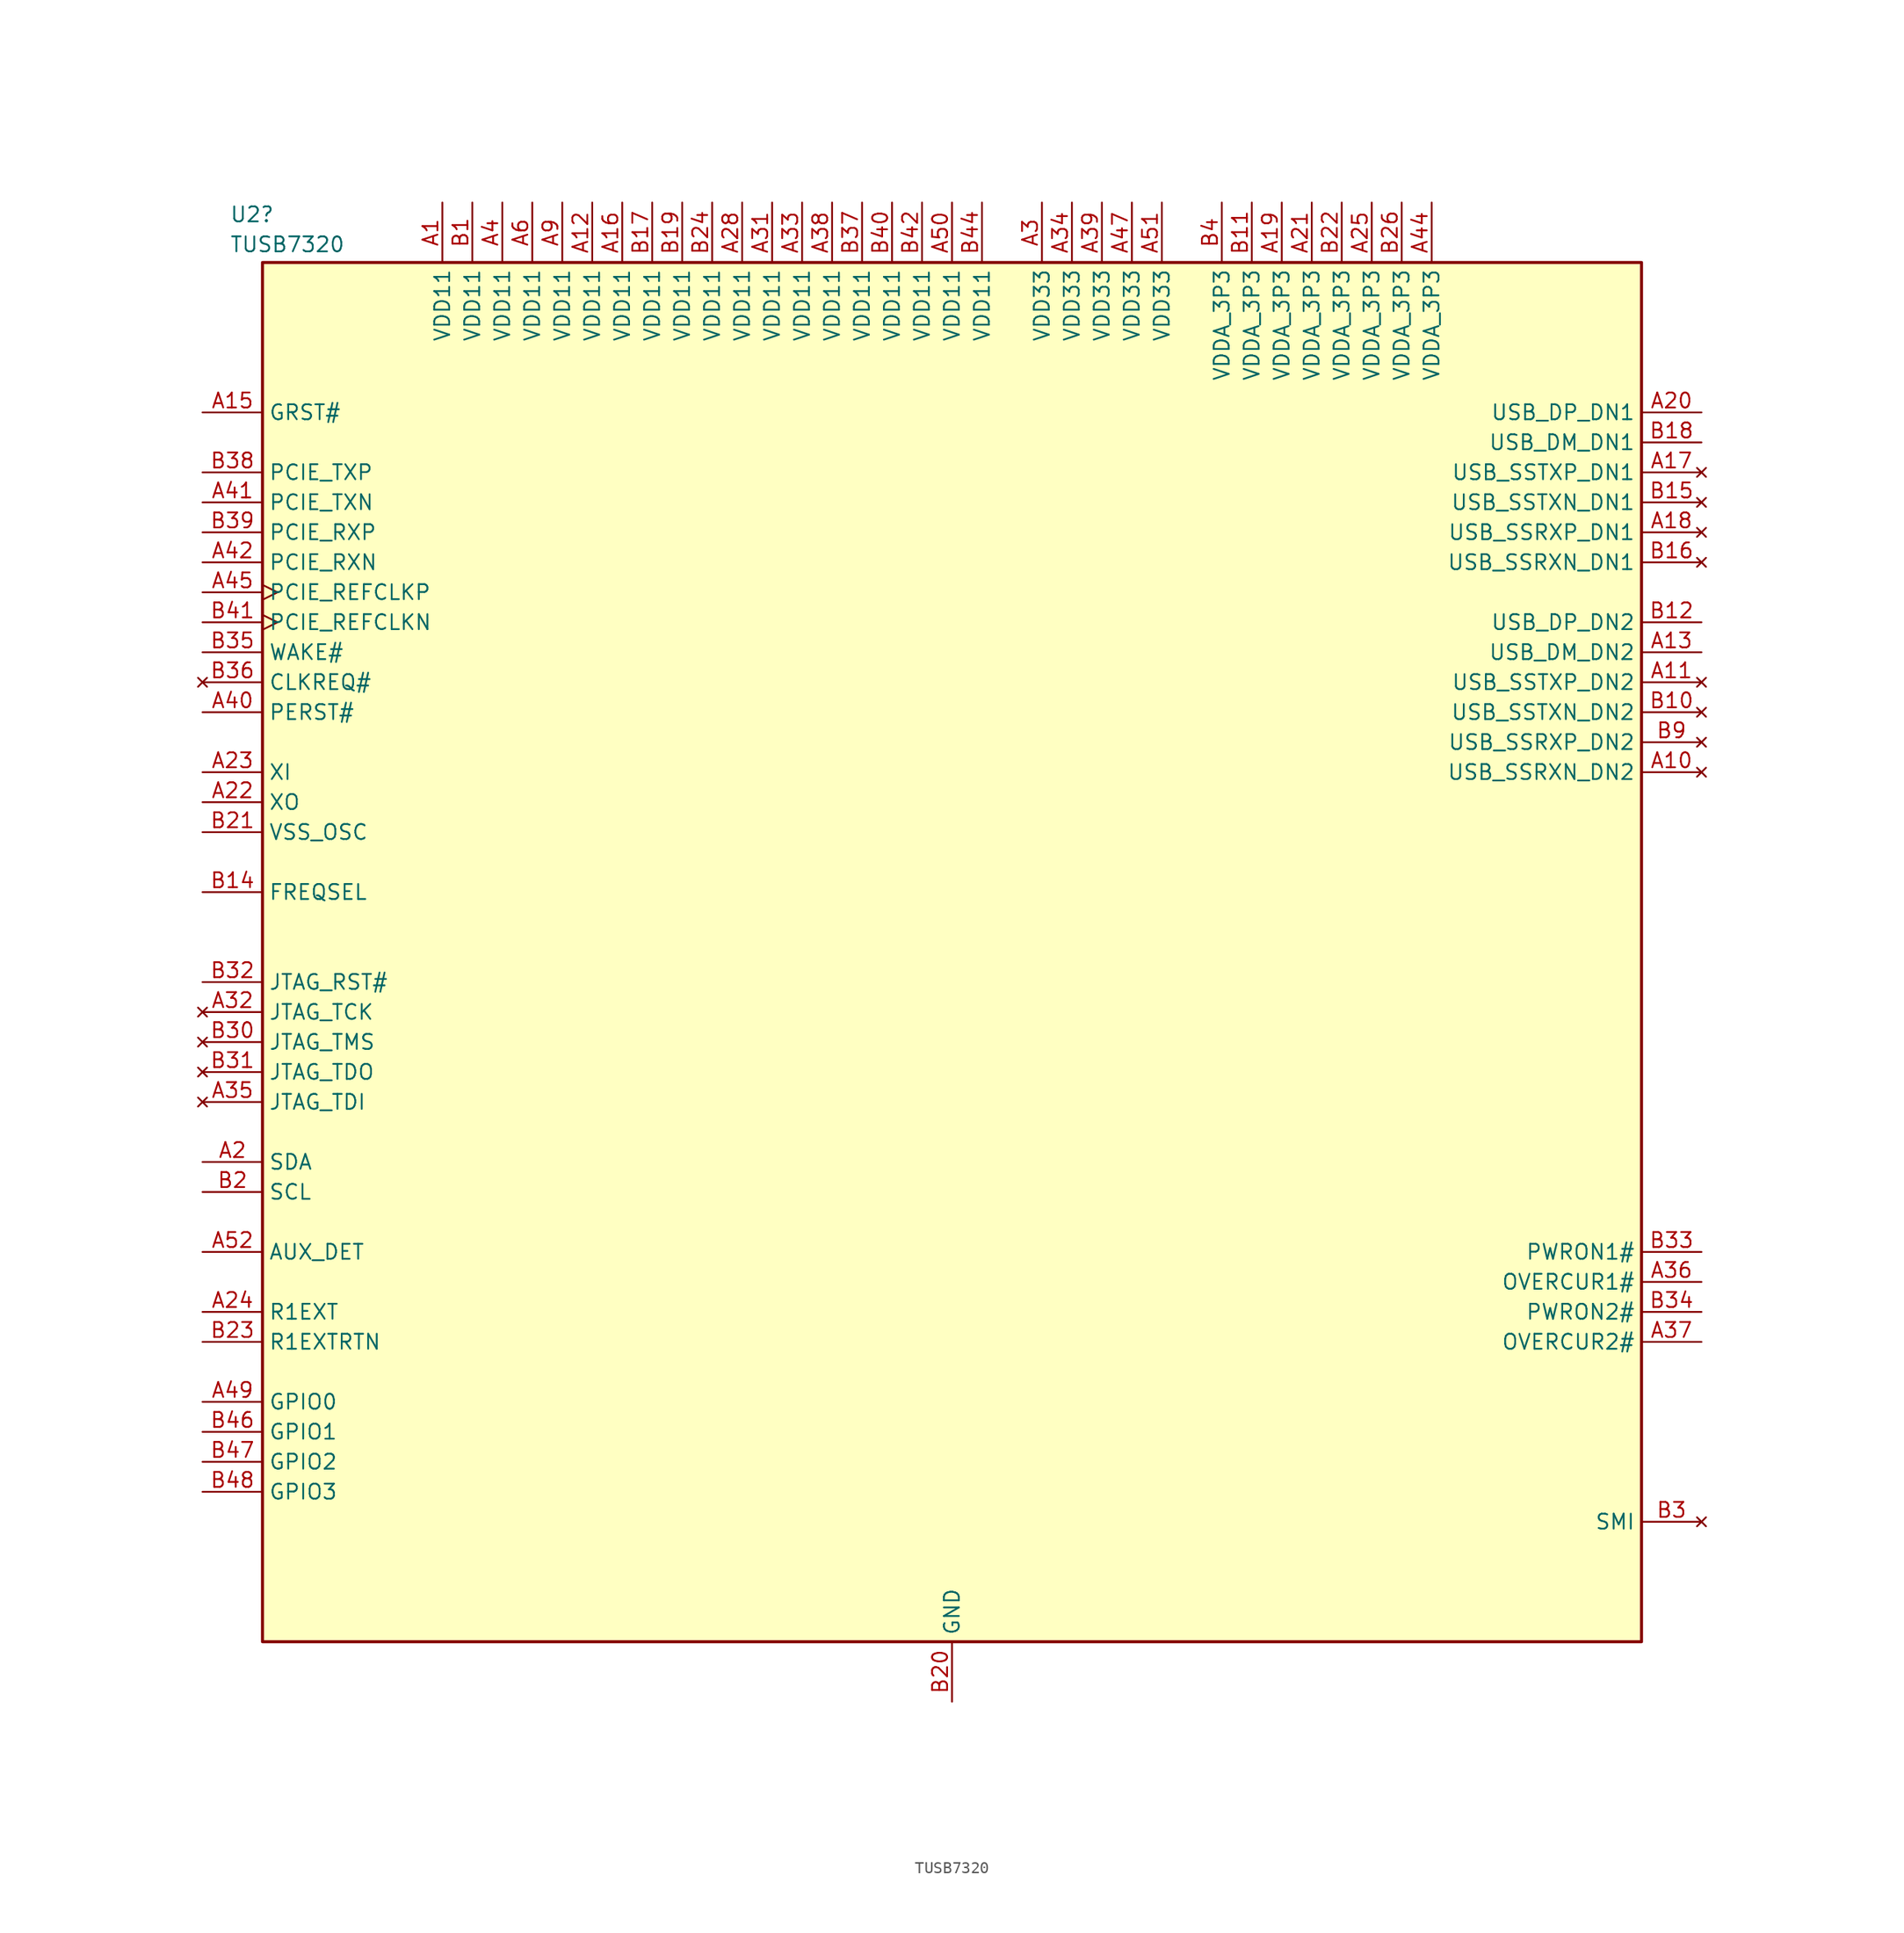
<source format=kicad_sym>
(kicad_symbol_lib
  (version 20241209)
  (generator "kicad_symbol_editor")
  (generator_version "9.0")
  (symbol "TUSB7320"
    (property "Reference" "U2"
      (at -61.214 62.484 0)
      (effects (font (size 1.27 1.27)) (justify left)))
    (property "Value" "TUSB7320"
      (at -61.214 59.944 0)
      (effects (font (size 1.27 1.27)) (justify left)))
    (symbol "TUSB7320_0_1"
      (rectangle (start -58.42 58.42) (end 58.42 -58.42) (stroke (width 0.254) (type default)) (fill (type background))))
    (symbol "TUSB7320_1_1"
      (pin input line (at -63.5 45.72 0) (length 5.08) (name "GRST#" (effects (font (size 1.27 1.27)))) (number "A15" (effects (font (size 1.27 1.27)))))
      (pin output line (at -63.5 40.64 0) (length 5.08) (name "PCIE_TXP" (effects (font (size 1.27 1.27)))) (number "B38" (effects (font (size 1.27 1.27)))))
      (pin output line (at -63.5 38.1 0) (length 5.08) (name "PCIE_TXN" (effects (font (size 1.27 1.27)))) (number "A41" (effects (font (size 1.27 1.27)))))
      (pin input line (at -63.5 35.56 0) (length 5.08) (name "PCIE_RXP" (effects (font (size 1.27 1.27)))) (number "B39" (effects (font (size 1.27 1.27)))))
      (pin input line (at -63.5 33.02 0) (length 5.08) (name "PCIE_RXN" (effects (font (size 1.27 1.27)))) (number "A42" (effects (font (size 1.27 1.27)))))
      (pin input clock (at -63.5 30.48 0) (length 5.08) (name "PCIE_REFCLKP" (effects (font (size 1.27 1.27)))) (number "A45" (effects (font (size 1.27 1.27)))))
      (pin input clock (at -63.5 27.94 0) (length 5.08) (name "PCIE_REFCLKN" (effects (font (size 1.27 1.27)))) (number "B41" (effects (font (size 1.27 1.27)))))
      (pin output line (at -63.5 25.4 0) (length 5.08) (name "WAKE#" (effects (font (size 1.27 1.27)))) (number "B35" (effects (font (size 1.27 1.27)))))
      (pin no_connect line (at -63.5 22.86 0) (length 5.08) (name "CLKREQ#" (effects (font (size 1.27 1.27)))) (number "B36" (effects (font (size 1.27 1.27)))))
      (pin input line (at -63.5 20.32 0) (length 5.08) (name "PERST#" (effects (font (size 1.27 1.27)))) (number "A40" (effects (font (size 1.27 1.27)))))
      (pin input line (at -63.5 15.24 0) (length 5.08) (name "XI" (effects (font (size 1.27 1.27)))) (number "A23" (effects (font (size 1.27 1.27)))))
      (pin output line (at -63.5 12.7 0) (length 5.08) (name "XO" (effects (font (size 1.27 1.27)))) (number "A22" (effects (font (size 1.27 1.27)))))
      (pin input line (at -63.5 10.16 0) (length 5.08) (name "VSS_OSC" (effects (font (size 1.27 1.27)))) (number "B21" (effects (font (size 1.27 1.27)))))
      (pin input line (at -63.5 5.08 0) (length 5.08) (name "FREQSEL" (effects (font (size 1.27 1.27)))) (number "B14" (effects (font (size 1.27 1.27)))))
      (pin input line (at -63.5 -2.54 0) (length 5.08) (name "JTAG_RST#" (effects (font (size 1.27 1.27)))) (number "B32" (effects (font (size 1.27 1.27)))))
      (pin no_connect line (at -63.5 -5.08 0) (length 5.08) (name "JTAG_TCK" (effects (font (size 1.27 1.27)))) (number "A32" (effects (font (size 1.27 1.27)))))
      (pin no_connect line (at -63.5 -7.62 0) (length 5.08) (name "JTAG_TMS" (effects (font (size 1.27 1.27)))) (number "B30" (effects (font (size 1.27 1.27)))))
      (pin no_connect line (at -63.5 -10.16 0) (length 5.08) (name "JTAG_TDO" (effects (font (size 1.27 1.27)))) (number "B31" (effects (font (size 1.27 1.27)))))
      (pin no_connect line (at -63.5 -12.7 0) (length 5.08) (name "JTAG_TDI" (effects (font (size 1.27 1.27)))) (number "A35" (effects (font (size 1.27 1.27)))))
      (pin bidirectional line (at -63.5 -17.78 0) (length 5.08) (name "SDA" (effects (font (size 1.27 1.27)))) (number "A2" (effects (font (size 1.27 1.27)))))
      (pin bidirectional line (at -63.5 -20.32 0) (length 5.08) (name "SCL" (effects (font (size 1.27 1.27)))) (number "B2" (effects (font (size 1.27 1.27)))))
      (pin input line (at -63.5 -25.4 0) (length 5.08) (name "AUX_DET" (effects (font (size 1.27 1.27)))) (number "A52" (effects (font (size 1.27 1.27)))))
      (pin bidirectional line (at -63.5 -30.48 0) (length 5.08) (name "R1EXT" (effects (font (size 1.27 1.27)))) (number "A24" (effects (font (size 1.27 1.27)))))
      (pin bidirectional line (at -63.5 -33.02 0) (length 5.08) (name "R1EXTRTN" (effects (font (size 1.27 1.27)))) (number "B23" (effects (font (size 1.27 1.27)))))
      (pin bidirectional line (at -63.5 -38.1 0) (length 5.08) (name "GPIO0" (effects (font (size 1.27 1.27)))) (number "A49" (effects (font (size 1.27 1.27)))))
      (pin bidirectional line (at -63.5 -40.64 0) (length 5.08) (name "GPIO1" (effects (font (size 1.27 1.27)))) (number "B46" (effects (font (size 1.27 1.27)))))
      (pin bidirectional line (at -63.5 -43.18 0) (length 5.08) (name "GPIO2" (effects (font (size 1.27 1.27)))) (number "B47" (effects (font (size 1.27 1.27)))))
      (pin bidirectional line (at -63.5 -45.72 0) (length 5.08) (name "GPIO3" (effects (font (size 1.27 1.27)))) (number "B48" (effects (font (size 1.27 1.27)))))
      (pin power_in line (at -43.18 63.5 270) (length 5.08) (name "VDD11" (effects (font (size 1.27 1.27)))) (number "A1" (effects (font (size 1.27 1.27)))))
      (pin power_in line (at -40.64 63.5 270) (length 5.08) (name "VDD11" (effects (font (size 1.27 1.27)))) (number "B1" (effects (font (size 1.27 1.27)))))
      (pin power_in line (at -38.1 63.5 270) (length 5.08) (name "VDD11" (effects (font (size 1.27 1.27)))) (number "A4" (effects (font (size 1.27 1.27)))))
      (pin power_in line (at -35.56 63.5 270) (length 5.08) (name "VDD11" (effects (font (size 1.27 1.27)))) (number "A6" (effects (font (size 1.27 1.27)))))
      (pin power_in line (at -33.02 63.5 270) (length 5.08) (name "VDD11" (effects (font (size 1.27 1.27)))) (number "A9" (effects (font (size 1.27 1.27)))))
      (pin power_in line (at -30.48 63.5 270) (length 5.08) (name "VDD11" (effects (font (size 1.27 1.27)))) (number "A12" (effects (font (size 1.27 1.27)))))
      (pin power_in line (at -27.94 63.5 270) (length 5.08) (name "VDD11" (effects (font (size 1.27 1.27)))) (number "A16" (effects (font (size 1.27 1.27)))))
      (pin power_in line (at -25.4 63.5 270) (length 5.08) (name "VDD11" (effects (font (size 1.27 1.27)))) (number "B17" (effects (font (size 1.27 1.27)))))
      (pin power_in line (at -22.86 63.5 270) (length 5.08) (name "VDD11" (effects (font (size 1.27 1.27)))) (number "B19" (effects (font (size 1.27 1.27)))))
      (pin no_connect line (at -22.86 -58.42 90) (length 5.08) (hide yes) (name "NC" (effects (font (size 1.27 1.27)))) (number "B8" (effects (font (size 1.27 1.27)))))
      (pin power_in line (at -20.32 63.5 270) (length 5.08) (name "VDD11" (effects (font (size 1.27 1.27)))) (number "B24" (effects (font (size 1.27 1.27)))))
      (pin no_connect line (at -20.32 -58.42 90) (length 5.08) (hide yes) (name "NC" (effects (font (size 1.27 1.27)))) (number "B13" (effects (font (size 1.27 1.27)))))
      (pin power_in line (at -17.78 63.5 270) (length 5.08) (name "VDD11" (effects (font (size 1.27 1.27)))) (number "A28" (effects (font (size 1.27 1.27)))))
      (pin no_connect line (at -17.78 -58.42 90) (length 5.08) (hide yes) (name "NC" (effects (font (size 1.27 1.27)))) (number "A14" (effects (font (size 1.27 1.27)))))
      (pin power_in line (at -15.24 63.5 270) (length 5.08) (name "VDD11" (effects (font (size 1.27 1.27)))) (number "A31" (effects (font (size 1.27 1.27)))))
      (pin no_connect line (at -15.24 -58.42 90) (length 5.08) (hide yes) (name "NC" (effects (font (size 1.27 1.27)))) (number "A26" (effects (font (size 1.27 1.27)))))
      (pin power_in line (at -12.7 63.5 270) (length 5.08) (name "VDD11" (effects (font (size 1.27 1.27)))) (number "A33" (effects (font (size 1.27 1.27)))))
      (pin no_connect line (at -12.7 -58.42 90) (length 5.08) (hide yes) (name "NC" (effects (font (size 1.27 1.27)))) (number "B29" (effects (font (size 1.27 1.27)))))
      (pin power_in line (at -10.16 63.5 270) (length 5.08) (name "VDD11" (effects (font (size 1.27 1.27)))) (number "A38" (effects (font (size 1.27 1.27)))))
      (pin no_connect line (at -10.16 -58.42 90) (length 5.08) (hide yes) (name "NC" (effects (font (size 1.27 1.27)))) (number "A43" (effects (font (size 1.27 1.27)))))
      (pin power_in line (at -7.62 63.5 270) (length 5.08) (name "VDD11" (effects (font (size 1.27 1.27)))) (number "B37" (effects (font (size 1.27 1.27)))))
      (pin power_in line (at -5.08 63.5 270) (length 5.08) (name "VDD11" (effects (font (size 1.27 1.27)))) (number "B40" (effects (font (size 1.27 1.27)))))
      (pin power_in line (at -2.54 63.5 270) (length 5.08) (name "VDD11" (effects (font (size 1.27 1.27)))) (number "B42" (effects (font (size 1.27 1.27)))))
      (pin power_in line (at 0 63.5 270) (length 5.08) (name "VDD11" (effects (font (size 1.27 1.27)))) (number "A50" (effects (font (size 1.27 1.27)))))
      (pin power_in line (at 0 -63.5 90) (length 5.08) (name "GND" (effects (font (size 1.27 1.27)))) (number "B20" (effects (font (size 1.27 1.27)))))
      (pin power_in line (at 2.54 63.5 270) (length 5.08) (name "VDD11" (effects (font (size 1.27 1.27)))) (number "B44" (effects (font (size 1.27 1.27)))))
      (pin no_connect line (at 5.08 -63.5 90) (length 5.08) (hide yes) (name "NC" (effects (font (size 1.27 1.27)))) (number "C1" (effects (font (size 1.27 1.27)))))
      (pin power_in line (at 7.62 63.5 270) (length 5.08) (name "VDD33" (effects (font (size 1.27 1.27)))) (number "A3" (effects (font (size 1.27 1.27)))))
      (pin no_connect line (at 7.62 -63.5 90) (length 5.08) (hide yes) (name "NC" (effects (font (size 1.27 1.27)))) (number "C2" (effects (font (size 1.27 1.27)))))
      (pin power_in line (at 10.16 63.5 270) (length 5.08) (name "VDD33" (effects (font (size 1.27 1.27)))) (number "A34" (effects (font (size 1.27 1.27)))))
      (pin no_connect line (at 10.16 -63.5 90) (length 5.08) (hide yes) (name "NC" (effects (font (size 1.27 1.27)))) (number "C3" (effects (font (size 1.27 1.27)))))
      (pin power_in line (at 12.7 63.5 270) (length 5.08) (name "VDD33" (effects (font (size 1.27 1.27)))) (number "A39" (effects (font (size 1.27 1.27)))))
      (pin no_connect line (at 12.7 -63.5 90) (length 5.08) (hide yes) (name "NC" (effects (font (size 1.27 1.27)))) (number "C4" (effects (font (size 1.27 1.27)))))
      (pin power_in line (at 15.24 63.5 270) (length 5.08) (name "VDD33" (effects (font (size 1.27 1.27)))) (number "A47" (effects (font (size 1.27 1.27)))))
      (pin power_in line (at 17.78 63.5 270) (length 5.08) (name "VDD33" (effects (font (size 1.27 1.27)))) (number "A51" (effects (font (size 1.27 1.27)))))
      (pin power_in line (at 22.86 63.5 270) (length 5.08) (name "VDDA_3P3" (effects (font (size 1.27 1.27)))) (number "B4" (effects (font (size 1.27 1.27)))))
      (pin power_in line (at 25.4 63.5 270) (length 5.08) (name "VDDA_3P3" (effects (font (size 1.27 1.27)))) (number "B11" (effects (font (size 1.27 1.27)))))
      (pin power_in line (at 27.94 63.5 270) (length 5.08) (name "VDDA_3P3" (effects (font (size 1.27 1.27)))) (number "A19" (effects (font (size 1.27 1.27)))))
      (pin power_in line (at 30.48 63.5 270) (length 5.08) (name "VDDA_3P3" (effects (font (size 1.27 1.27)))) (number "A21" (effects (font (size 1.27 1.27)))))
      (pin power_in line (at 33.02 63.5 270) (length 5.08) (name "VDDA_3P3" (effects (font (size 1.27 1.27)))) (number "B22" (effects (font (size 1.27 1.27)))))
      (pin power_in line (at 35.56 63.5 270) (length 5.08) (name "VDDA_3P3" (effects (font (size 1.27 1.27)))) (number "A25" (effects (font (size 1.27 1.27)))))
      (pin power_in line (at 38.1 63.5 270) (length 5.08) (name "VDDA_3P3" (effects (font (size 1.27 1.27)))) (number "B26" (effects (font (size 1.27 1.27)))))
      (pin power_in line (at 40.64 63.5 270) (length 5.08) (name "VDDA_3P3" (effects (font (size 1.27 1.27)))) (number "A44" (effects (font (size 1.27 1.27)))))
      (pin bidirectional line (at 63.5 45.72 180) (length 5.08) (name "USB_DP_DN1" (effects (font (size 1.27 1.27)))) (number "A20" (effects (font (size 1.27 1.27)))))
      (pin bidirectional line (at 63.5 43.18 180) (length 5.08) (name "USB_DM_DN1" (effects (font (size 1.27 1.27)))) (number "B18" (effects (font (size 1.27 1.27)))))
      (pin no_connect line (at 63.5 40.64 180) (length 5.08) (name "USB_SSTXP_DN1" (effects (font (size 1.27 1.27)))) (number "A17" (effects (font (size 1.27 1.27)))))
      (pin no_connect line (at 63.5 38.1 180) (length 5.08) (name "USB_SSTXN_DN1" (effects (font (size 1.27 1.27)))) (number "B15" (effects (font (size 1.27 1.27)))))
      (pin no_connect line (at 63.5 35.56 180) (length 5.08) (name "USB_SSRXP_DN1" (effects (font (size 1.27 1.27)))) (number "A18" (effects (font (size 1.27 1.27)))))
      (pin no_connect line (at 63.5 33.02 180) (length 5.08) (name "USB_SSRXN_DN1" (effects (font (size 1.27 1.27)))) (number "B16" (effects (font (size 1.27 1.27)))))
      (pin bidirectional line (at 63.5 27.94 180) (length 5.08) (name "USB_DP_DN2" (effects (font (size 1.27 1.27)))) (number "B12" (effects (font (size 1.27 1.27)))))
      (pin bidirectional line (at 63.5 25.4 180) (length 5.08) (name "USB_DM_DN2" (effects (font (size 1.27 1.27)))) (number "A13" (effects (font (size 1.27 1.27)))))
      (pin no_connect line (at 63.5 22.86 180) (length 5.08) (name "USB_SSTXP_DN2" (effects (font (size 1.27 1.27)))) (number "A11" (effects (font (size 1.27 1.27)))))
      (pin no_connect line (at 63.5 20.32 180) (length 5.08) (name "USB_SSTXN_DN2" (effects (font (size 1.27 1.27)))) (number "B10" (effects (font (size 1.27 1.27)))))
      (pin no_connect line (at 63.5 17.78 180) (length 5.08) (name "USB_SSRXP_DN2" (effects (font (size 1.27 1.27)))) (number "B9" (effects (font (size 1.27 1.27)))))
      (pin no_connect line (at 63.5 15.24 180) (length 5.08) (name "USB_SSRXN_DN2" (effects (font (size 1.27 1.27)))) (number "A10" (effects (font (size 1.27 1.27)))))
      (pin no_connect line (at 63.5 10.16 180) (length 5.08) (hide yes) (name "NC" (effects (font (size 1.27 1.27)))) (number "B25" (effects (font (size 1.27 1.27)))))
      (pin no_connect line (at 63.5 7.62 180) (length 5.08) (hide yes) (name "NC" (effects (font (size 1.27 1.27)))) (number "A27" (effects (font (size 1.27 1.27)))))
      (pin no_connect line (at 63.5 5.08 180) (length 5.08) (hide yes) (name "NC" (effects (font (size 1.27 1.27)))) (number "B28" (effects (font (size 1.27 1.27)))))
      (pin no_connect line (at 63.5 2.54 180) (length 5.08) (hide yes) (name "NC" (effects (font (size 1.27 1.27)))) (number "A30" (effects (font (size 1.27 1.27)))))
      (pin no_connect line (at 63.5 0 180) (length 5.08) (hide yes) (name "NC" (effects (font (size 1.27 1.27)))) (number "B27" (effects (font (size 1.27 1.27)))))
      (pin no_connect line (at 63.5 -2.54 180) (length 5.08) (hide yes) (name "NC" (effects (font (size 1.27 1.27)))) (number "A29" (effects (font (size 1.27 1.27)))))
      (pin no_connect line (at 63.5 -7.62 180) (length 5.08) (hide yes) (name "NC" (effects (font (size 1.27 1.27)))) (number "B5" (effects (font (size 1.27 1.27)))))
      (pin no_connect line (at 63.5 -10.16 180) (length 5.08) (hide yes) (name "NC" (effects (font (size 1.27 1.27)))) (number "A5" (effects (font (size 1.27 1.27)))))
      (pin no_connect line (at 63.5 -12.7 180) (length 5.08) (hide yes) (name "NC" (effects (font (size 1.27 1.27)))) (number "B7" (effects (font (size 1.27 1.27)))))
      (pin no_connect line (at 63.5 -15.24 180) (length 5.08) (hide yes) (name "NC" (effects (font (size 1.27 1.27)))) (number "A8" (effects (font (size 1.27 1.27)))))
      (pin no_connect line (at 63.5 -17.78 180) (length 5.08) (hide yes) (name "NC" (effects (font (size 1.27 1.27)))) (number "B6" (effects (font (size 1.27 1.27)))))
      (pin no_connect line (at 63.5 -20.32 180) (length 5.08) (hide yes) (name "NC" (effects (font (size 1.27 1.27)))) (number "A7" (effects (font (size 1.27 1.27)))))
      (pin output line (at 63.5 -25.4 180) (length 5.08) (name "PWRON1#" (effects (font (size 1.27 1.27)))) (number "B33" (effects (font (size 1.27 1.27)))))
      (pin input line (at 63.5 -27.94 180) (length 5.08) (name "OVERCUR1#" (effects (font (size 1.27 1.27)))) (number "A36" (effects (font (size 1.27 1.27)))))
      (pin output line (at 63.5 -30.48 180) (length 5.08) (name "PWRON2#" (effects (font (size 1.27 1.27)))) (number "B34" (effects (font (size 1.27 1.27)))))
      (pin input line (at 63.5 -33.02 180) (length 5.08) (name "OVERCUR2#" (effects (font (size 1.27 1.27)))) (number "A37" (effects (font (size 1.27 1.27)))))
      (pin no_connect line (at 63.5 -35.56 180) (length 5.08) (hide yes) (name "PWRON3#" (effects (font (size 1.27 1.27)))) (number "A46" (effects (font (size 1.27 1.27)))))
      (pin no_connect line (at 63.5 -38.1 180) (length 5.08) (hide yes) (name "OVERCUR3#" (effects (font (size 1.27 1.27)))) (number "B43" (effects (font (size 1.27 1.27)))))
      (pin no_connect line (at 63.5 -40.64 180) (length 5.08) (hide yes) (name "PWRON4#" (effects (font (size 1.27 1.27)))) (number "A48" (effects (font (size 1.27 1.27)))))
      (pin no_connect line (at 63.5 -43.18 180) (length 5.08) (hide yes) (name "OVERCUR4#" (effects (font (size 1.27 1.27)))) (number "B45" (effects (font (size 1.27 1.27)))))
      (pin no_connect line (at 63.5 -48.26 180) (length 5.08) (name "SMI" (effects (font (size 1.27 1.27)))) (number "B3" (effects (font (size 1.27 1.27))))))))
</source>
